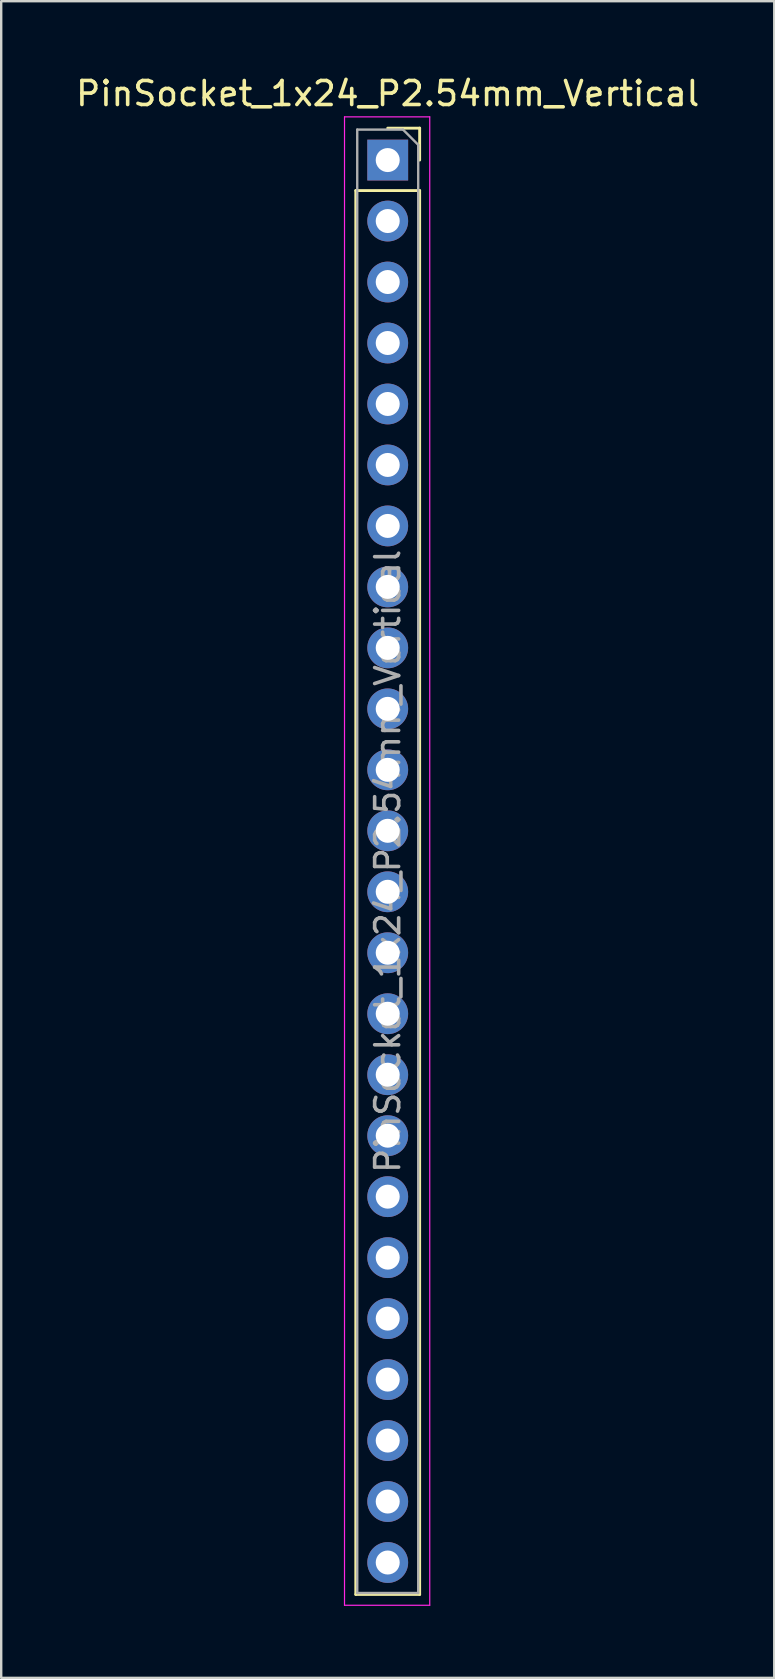
<source format=kicad_pcb>
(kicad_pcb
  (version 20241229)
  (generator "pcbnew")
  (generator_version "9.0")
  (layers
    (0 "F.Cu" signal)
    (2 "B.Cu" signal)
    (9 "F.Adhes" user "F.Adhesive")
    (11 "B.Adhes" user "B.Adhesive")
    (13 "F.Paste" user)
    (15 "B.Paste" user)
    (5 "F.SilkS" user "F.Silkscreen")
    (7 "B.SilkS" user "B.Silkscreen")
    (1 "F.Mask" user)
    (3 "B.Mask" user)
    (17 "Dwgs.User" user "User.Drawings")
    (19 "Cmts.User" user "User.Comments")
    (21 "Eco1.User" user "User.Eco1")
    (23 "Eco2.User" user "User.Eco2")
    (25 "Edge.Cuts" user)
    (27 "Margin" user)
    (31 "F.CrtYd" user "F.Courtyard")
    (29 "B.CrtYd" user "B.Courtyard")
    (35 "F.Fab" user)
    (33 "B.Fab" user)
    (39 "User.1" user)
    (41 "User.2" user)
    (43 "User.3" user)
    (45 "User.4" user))
  (footprint "PinSocket_1x24_P2.54mm_Vertical"
    (layer "F.Cu")
    (at 13.101 3.618)
    (property "Reference" "PinSocket_1x24_P2.54mm_Vertical" (at 0 -2.77 0) (layer "F.SilkS") (effects (font (size 1 1) (thickness 0.15))))
    (attr through_hole)
    (fp_line (start -1.33 1.27) (end -1.33 59.75) (stroke (width 0.12) (type solid)) (layer "F.SilkS"))
    (fp_line (start -1.33 1.27) (end 1.33 1.27) (stroke (width 0.12) (type solid)) (layer "F.SilkS"))
    (fp_line (start -1.33 59.75) (end 1.33 59.75) (stroke (width 0.12) (type solid)) (layer "F.SilkS"))
    (fp_line (start 0 -1.33) (end 1.33 -1.33) (stroke (width 0.12) (type solid)) (layer "F.SilkS"))
    (fp_line (start 1.33 -1.33) (end 1.33 0) (stroke (width 0.12) (type solid)) (layer "F.SilkS"))
    (fp_line (start 1.33 1.27) (end 1.33 59.75) (stroke (width 0.12) (type solid)) (layer "F.SilkS"))
    (fp_line (start -1.8 -1.8) (end 1.75 -1.8) (stroke (width 0.05) (type solid)) (layer "F.CrtYd"))
    (fp_line (start -1.8 60.2) (end -1.8 -1.8) (stroke (width 0.05) (type solid)) (layer "F.CrtYd"))
    (fp_line (start 1.75 -1.8) (end 1.75 60.2) (stroke (width 0.05) (type solid)) (layer "F.CrtYd"))
    (fp_line (start 1.75 60.2) (end -1.8 60.2) (stroke (width 0.05) (type solid)) (layer "F.CrtYd"))
    (fp_line (start -1.27 -1.27) (end 0.635 -1.27) (stroke (width 0.1) (type solid)) (layer "F.Fab"))
    (fp_line (start -1.27 59.69) (end -1.27 -1.27) (stroke (width 0.1) (type solid)) (layer "F.Fab"))
    (fp_line (start 0.635 -1.27) (end 1.27 -0.635) (stroke (width 0.1) (type solid)) (layer "F.Fab"))
    (fp_line (start 1.27 -0.635) (end 1.27 59.69) (stroke (width 0.1) (type solid)) (layer "F.Fab"))
    (fp_line (start 1.27 59.69) (end -1.27 59.69) (stroke (width 0.1) (type solid)) (layer "F.Fab"))
    (fp_text user "${REFERENCE}" (at 0 29.21 90) (layer "F.Fab") (effects (font (size 1 1) (thickness 0.15))))
    (pad "1" thru_hole rect (at 0 0) (size 1.7 1.7) (drill 1) (layers "*.Cu" "*.Mask"))
    (pad "2" thru_hole oval (at 0 2.54) (size 1.7 1.7) (drill 1) (layers "*.Cu" "*.Mask"))
    (pad "3" thru_hole oval (at 0 5.08) (size 1.7 1.7) (drill 1) (layers "*.Cu" "*.Mask"))
    (pad "4" thru_hole oval (at 0 7.62) (size 1.7 1.7) (drill 1) (layers "*.Cu" "*.Mask"))
    (pad "5" thru_hole oval (at 0 10.16) (size 1.7 1.7) (drill 1) (layers "*.Cu" "*.Mask"))
    (pad "6" thru_hole oval (at 0 12.7) (size 1.7 1.7) (drill 1) (layers "*.Cu" "*.Mask"))
    (pad "7" thru_hole oval (at 0 15.24) (size 1.7 1.7) (drill 1) (layers "*.Cu" "*.Mask"))
    (pad "8" thru_hole oval (at 0 17.78) (size 1.7 1.7) (drill 1) (layers "*.Cu" "*.Mask"))
    (pad "9" thru_hole oval (at 0 20.32) (size 1.7 1.7) (drill 1) (layers "*.Cu" "*.Mask"))
    (pad "10" thru_hole oval (at 0 22.86) (size 1.7 1.7) (drill 1) (layers "*.Cu" "*.Mask"))
    (pad "11" thru_hole oval (at 0 25.4) (size 1.7 1.7) (drill 1) (layers "*.Cu" "*.Mask"))
    (pad "12" thru_hole oval (at 0 27.94) (size 1.7 1.7) (drill 1) (layers "*.Cu" "*.Mask"))
    (pad "13" thru_hole oval (at 0 30.48) (size 1.7 1.7) (drill 1) (layers "*.Cu" "*.Mask"))
    (pad "14" thru_hole oval (at 0 33.02) (size 1.7 1.7) (drill 1) (layers "*.Cu" "*.Mask"))
    (pad "15" thru_hole oval (at 0 35.56) (size 1.7 1.7) (drill 1) (layers "*.Cu" "*.Mask"))
    (pad "16" thru_hole oval (at 0 38.1) (size 1.7 1.7) (drill 1) (layers "*.Cu" "*.Mask"))
    (pad "17" thru_hole oval (at 0 40.64) (size 1.7 1.7) (drill 1) (layers "*.Cu" "*.Mask"))
    (pad "18" thru_hole oval (at 0 43.18) (size 1.7 1.7) (drill 1) (layers "*.Cu" "*.Mask"))
    (pad "19" thru_hole oval (at 0 45.72) (size 1.7 1.7) (drill 1) (layers "*.Cu" "*.Mask"))
    (pad "20" thru_hole oval (at 0 48.26) (size 1.7 1.7) (drill 1) (layers "*.Cu" "*.Mask"))
    (pad "21" thru_hole oval (at 0 50.8) (size 1.7 1.7) (drill 1) (layers "*.Cu" "*.Mask"))
    (pad "22" thru_hole oval (at 0 53.34) (size 1.7 1.7) (drill 1) (layers "*.Cu" "*.Mask"))
    (pad "23" thru_hole oval (at 0 55.88) (size 1.7 1.7) (drill 1) (layers "*.Cu" "*.Mask"))
    (pad "24" thru_hole oval (at 0 58.42) (size 1.7 1.7) (drill 1) (layers "*.Cu" "*.Mask")))
  (gr_rect
    (start -3 -3)
    (end 29.202 66.843)
    (stroke (width 0.1) (type default))
    (fill no)
    (layer "Edge.Cuts")))
</source>
